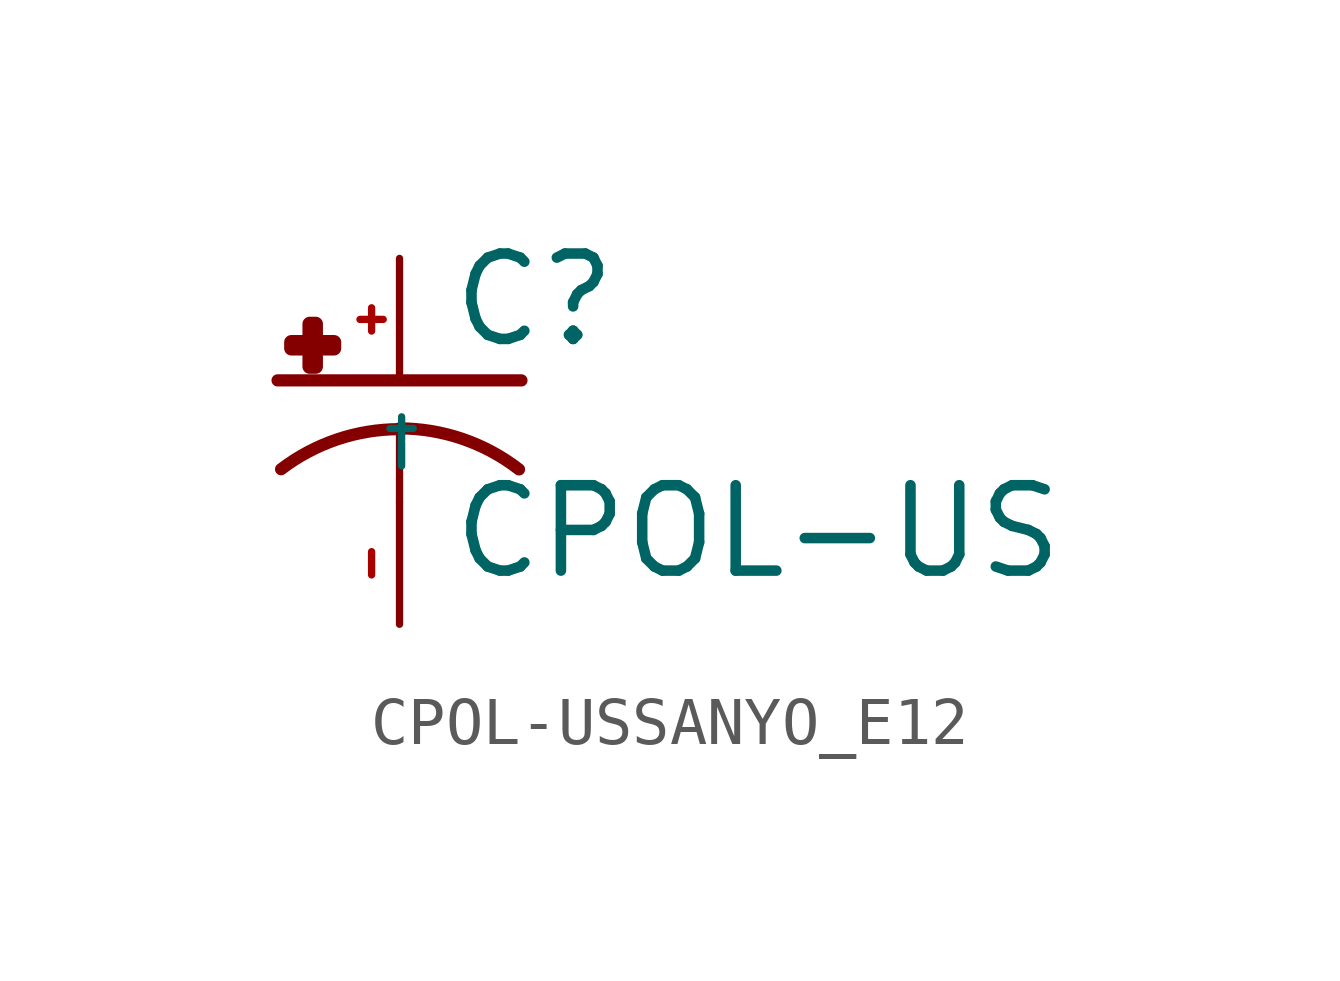
<source format=kicad_sym>
(kicad_symbol_lib
  (version 20220914)
  (generator Eagle2Kicad)
  (symbol "CPOL-USSANYO_E12"
    (property "Reference" "C"
      (at 1.016 0.635 0)
      (effects (font (size 1.778 1.778) (thickness 0.22)) (justify left bottom)))
    (property "Value" "CPOL-US"
      (at 1.016 -4.191 0)
      (effects (font (size 1.778 1.778) (thickness 0.22)) (justify left bottom)))
    (polyline
      (pts (xy -2.54 0) (xy 2.54 0))
      (stroke (width 0.254) (type default))
      (fill (type none)))
    (polyline
      (pts (xy 0 -1.016) (xy 0 -2.54))
      (stroke (width 0.152) (type default))
      (fill (type none)))
    (arc
      (start 2.4892 -1.8542)
      (mid 1.316 -1.220)
      (end 0 -1)
      (stroke (width 0.254) (type default))
      (fill (type none)))
    (arc
      (start 0 -1.0161)
      (mid -1.302 -1.230)
      (end -2.4669 -1.8504)
      (stroke (width 0.254) (type default))
      (fill (type none)))
    (rectangle
      (start -2.253 0.668)
      (end -1.364 0.795)
      (stroke (width 0.3) (type default))
      (fill (type outline)))
    (rectangle
      (start -1.872 0.287)
      (end -1.745 1.176)
      (stroke (width 0.3) (type default))
      (fill (type outline)))
    (pin passive line
      (at 0 2.54 270)
      (length 2.54)
      (name "+" (effects (font (size 0.635 0.635) (thickness 0.08)) (justify left bottom)))
      (number "+" (effects (font (size 0.635 0.635) (thickness 0.08)) (justify left bottom))))
    (pin passive line
      (at 0 -5.08 90)
      (length 2.54)
      (name "-" (effects (font (size 0.635 0.635) (thickness 0.08)) (justify left bottom)))
      (number "-" (effects (font (size 0.635 0.635) (thickness 0.08)) (justify left bottom))))))
</source>
